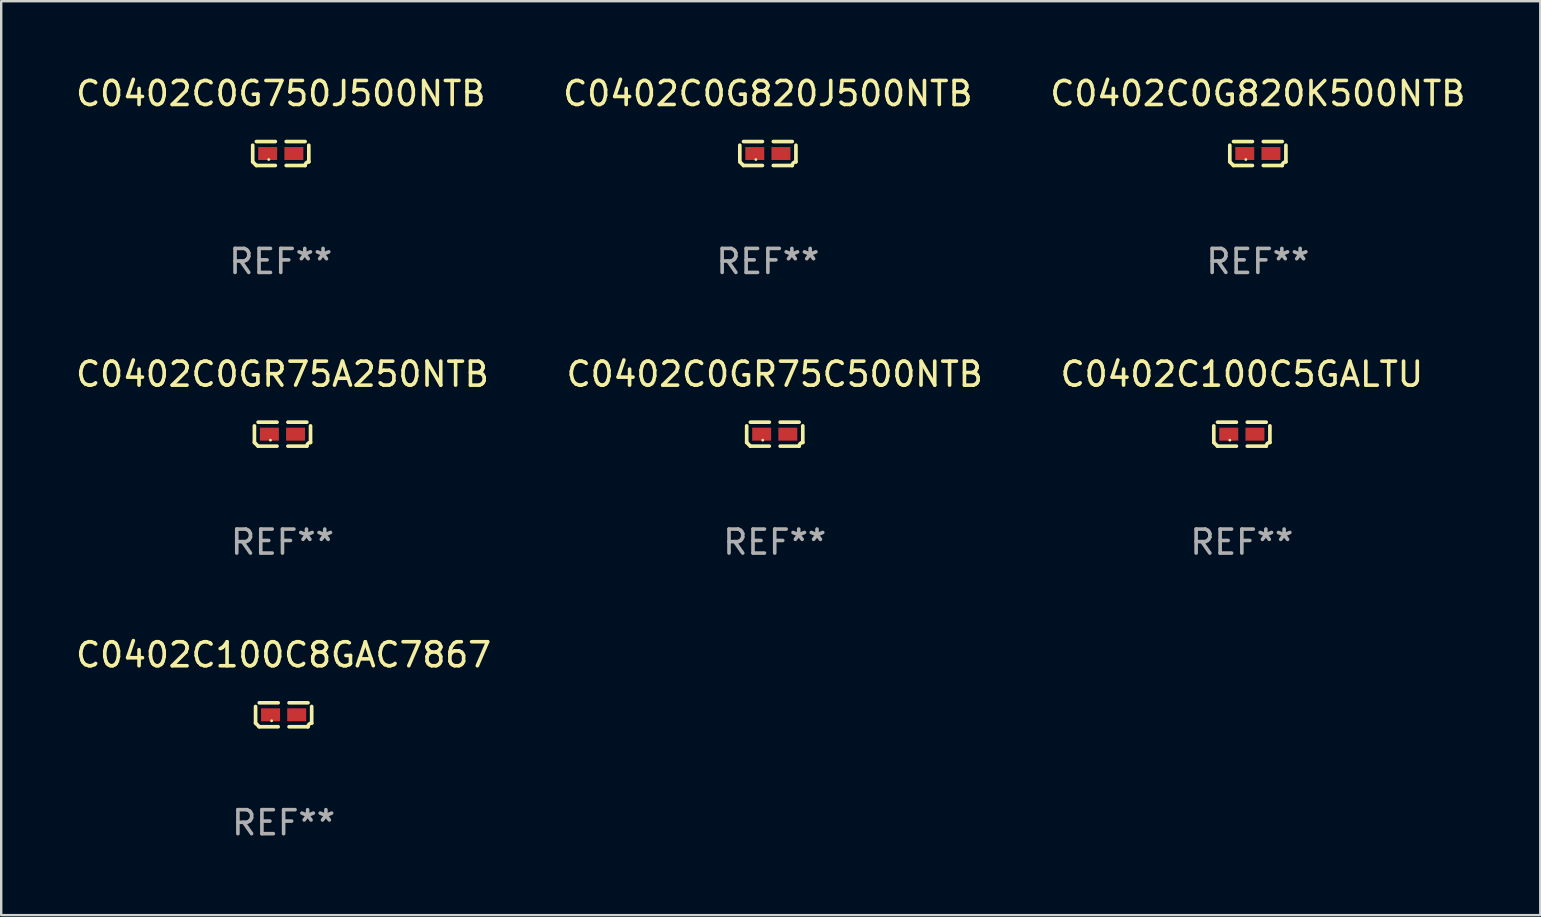
<source format=kicad_pcb>
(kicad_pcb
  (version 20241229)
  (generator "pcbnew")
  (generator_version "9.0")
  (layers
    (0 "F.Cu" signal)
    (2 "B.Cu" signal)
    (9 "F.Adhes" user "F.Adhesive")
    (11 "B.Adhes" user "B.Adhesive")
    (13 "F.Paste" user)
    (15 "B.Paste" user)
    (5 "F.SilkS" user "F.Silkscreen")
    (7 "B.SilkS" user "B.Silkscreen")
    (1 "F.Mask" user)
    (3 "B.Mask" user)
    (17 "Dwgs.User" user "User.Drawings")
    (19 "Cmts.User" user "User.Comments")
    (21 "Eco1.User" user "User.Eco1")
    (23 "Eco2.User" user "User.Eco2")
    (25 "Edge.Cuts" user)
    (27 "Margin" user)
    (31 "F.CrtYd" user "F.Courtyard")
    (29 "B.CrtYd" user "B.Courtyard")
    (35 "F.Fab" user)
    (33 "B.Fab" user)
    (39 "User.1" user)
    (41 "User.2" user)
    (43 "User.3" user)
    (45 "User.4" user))
  (footprint "C0402C0G750J500NTB"
    (layer "F.Cu")
    (at 8.649 3.347)
    (property "Reference" "C0402C0G750J500NTB" (at 0 -2.499 0) (layer "F.SilkS") (effects (font (size 1 1) (thickness 0.15))))
    (attr through_hole)
    (fp_line (start -1.169 0.346) (end -1.169 -0.346) (stroke (width 0.152) (type solid)) (layer "F.SilkS"))
    (fp_line (start -1.016 -0.499) (end -0.226 -0.499) (stroke (width 0.152) (type solid)) (layer "F.SilkS"))
    (fp_line (start -0.226 0.499) (end -1.016 0.499) (stroke (width 0.152) (type solid)) (layer "F.SilkS"))
    (fp_line (start 0.226 0.499) (end 1.016 0.499) (stroke (width 0.152) (type solid)) (layer "F.SilkS"))
    (fp_line (start 1.016 -0.499) (end 0.226 -0.499) (stroke (width 0.152) (type solid)) (layer "F.SilkS"))
    (fp_line (start 1.169 0.346) (end 1.169 -0.346) (stroke (width 0.152) (type solid)) (layer "F.SilkS"))
    (fp_arc (start -1.016307 0.498603) (mid -1.092512 0.422405) (end -1.16871 0.3462) (stroke (width 0.1524) (type solid)) (layer "F.SilkS"))
    (fp_arc (start 1.016307 0.498603) (mid 1.060899 0.390758) (end 1.168707 0.346076) (stroke (width 0.1524) (type solid)) (layer "F.SilkS"))
    (fp_circle (center -0.5 0.25) (end -0.47 0.25) (stroke (width 0.06) (type solid)) (fill no) (layer "F.SilkS"))
    (fp_text user "REF**" (at 0 4.499 0) (layer "F.Fab") (effects (font (size 1 1) (thickness 0.15))))
    (pad "1" smd rect (at -0.545 0) (size 0.79 0.54) (layers "F.Cu" "F.Mask" "F.Paste"))
    (pad "2" smd rect (at 0.545 0) (size 0.79 0.54) (layers "F.Cu" "F.Mask" "F.Paste")))
  (footprint "C0402C0G820K500NTB"
    (layer "F.Cu")
    (at 49.363 3.347)
    (property "Reference" "C0402C0G820K500NTB" (at 0 -2.499 0) (layer "F.SilkS") (effects (font (size 1 1) (thickness 0.15))))
    (attr through_hole)
    (fp_line (start -1.169 0.346) (end -1.169 -0.346) (stroke (width 0.152) (type solid)) (layer "F.SilkS"))
    (fp_line (start -1.016 -0.499) (end -0.226 -0.499) (stroke (width 0.152) (type solid)) (layer "F.SilkS"))
    (fp_line (start -0.226 0.499) (end -1.016 0.499) (stroke (width 0.152) (type solid)) (layer "F.SilkS"))
    (fp_line (start 0.226 0.499) (end 1.016 0.499) (stroke (width 0.152) (type solid)) (layer "F.SilkS"))
    (fp_line (start 1.016 -0.499) (end 0.226 -0.499) (stroke (width 0.152) (type solid)) (layer "F.SilkS"))
    (fp_line (start 1.169 0.346) (end 1.169 -0.346) (stroke (width 0.152) (type solid)) (layer "F.SilkS"))
    (fp_arc (start -1.016307 0.498603) (mid -1.092512 0.422405) (end -1.16871 0.3462) (stroke (width 0.1524) (type solid)) (layer "F.SilkS"))
    (fp_arc (start 1.016307 0.498603) (mid 1.060899 0.390758) (end 1.168707 0.346076) (stroke (width 0.1524) (type solid)) (layer "F.SilkS"))
    (fp_circle (center -0.5 0.25) (end -0.47 0.25) (stroke (width 0.06) (type solid)) (fill no) (layer "F.SilkS"))
    (fp_text user "REF**" (at 0 4.499 0) (layer "F.Fab") (effects (font (size 1 1) (thickness 0.15))))
    (pad "1" smd rect (at -0.545 0) (size 0.79 0.54) (layers "F.Cu" "F.Mask" "F.Paste"))
    (pad "2" smd rect (at 0.545 0) (size 0.79 0.54) (layers "F.Cu" "F.Mask" "F.Paste")))
  (footprint "C0402C0GR75A250NTB"
    (layer "F.Cu")
    (at 8.72 15.041)
    (property "Reference" "C0402C0GR75A250NTB" (at 0 -2.499 0) (layer "F.SilkS") (effects (font (size 1 1) (thickness 0.15))))
    (attr through_hole)
    (fp_line (start -1.169 0.346) (end -1.169 -0.346) (stroke (width 0.152) (type solid)) (layer "F.SilkS"))
    (fp_line (start -1.016 -0.499) (end -0.226 -0.499) (stroke (width 0.152) (type solid)) (layer "F.SilkS"))
    (fp_line (start -0.226 0.499) (end -1.016 0.499) (stroke (width 0.152) (type solid)) (layer "F.SilkS"))
    (fp_line (start 0.226 0.499) (end 1.016 0.499) (stroke (width 0.152) (type solid)) (layer "F.SilkS"))
    (fp_line (start 1.016 -0.499) (end 0.226 -0.499) (stroke (width 0.152) (type solid)) (layer "F.SilkS"))
    (fp_line (start 1.169 0.346) (end 1.169 -0.346) (stroke (width 0.152) (type solid)) (layer "F.SilkS"))
    (fp_arc (start -1.016307 0.498603) (mid -1.092512 0.422405) (end -1.16871 0.3462) (stroke (width 0.1524) (type solid)) (layer "F.SilkS"))
    (fp_arc (start 1.016307 0.498603) (mid 1.060899 0.390758) (end 1.168707 0.346076) (stroke (width 0.1524) (type solid)) (layer "F.SilkS"))
    (fp_circle (center -0.5 0.25) (end -0.47 0.25) (stroke (width 0.06) (type solid)) (fill no) (layer "F.SilkS"))
    (fp_text user "REF**" (at 0 4.499 0) (layer "F.Fab") (effects (font (size 1 1) (thickness 0.15))))
    (pad "1" smd rect (at -0.545 0) (size 0.79 0.54) (layers "F.Cu" "F.Mask" "F.Paste"))
    (pad "2" smd rect (at 0.545 0) (size 0.79 0.54) (layers "F.Cu" "F.Mask" "F.Paste")))
  (footprint "C0402C0GR75C500NTB"
    (layer "F.Cu")
    (at 29.232 15.041)
    (property "Reference" "C0402C0GR75C500NTB" (at 0 -2.499 0) (layer "F.SilkS") (effects (font (size 1 1) (thickness 0.15))))
    (attr through_hole)
    (fp_line (start -1.169 0.346) (end -1.169 -0.346) (stroke (width 0.152) (type solid)) (layer "F.SilkS"))
    (fp_line (start -1.016 -0.499) (end -0.226 -0.499) (stroke (width 0.152) (type solid)) (layer "F.SilkS"))
    (fp_line (start -0.226 0.499) (end -1.016 0.499) (stroke (width 0.152) (type solid)) (layer "F.SilkS"))
    (fp_line (start 0.226 0.499) (end 1.016 0.499) (stroke (width 0.152) (type solid)) (layer "F.SilkS"))
    (fp_line (start 1.016 -0.499) (end 0.226 -0.499) (stroke (width 0.152) (type solid)) (layer "F.SilkS"))
    (fp_line (start 1.169 0.346) (end 1.169 -0.346) (stroke (width 0.152) (type solid)) (layer "F.SilkS"))
    (fp_arc (start -1.016307 0.498603) (mid -1.092512 0.422405) (end -1.16871 0.3462) (stroke (width 0.1524) (type solid)) (layer "F.SilkS"))
    (fp_arc (start 1.016307 0.498603) (mid 1.060899 0.390758) (end 1.168707 0.346076) (stroke (width 0.1524) (type solid)) (layer "F.SilkS"))
    (fp_circle (center -0.5 0.25) (end -0.47 0.25) (stroke (width 0.06) (type solid)) (fill no) (layer "F.SilkS"))
    (fp_text user "REF**" (at 0 4.499 0) (layer "F.Fab") (effects (font (size 1 1) (thickness 0.15))))
    (pad "1" smd rect (at -0.545 0) (size 0.79 0.54) (layers "F.Cu" "F.Mask" "F.Paste"))
    (pad "2" smd rect (at 0.545 0) (size 0.79 0.54) (layers "F.Cu" "F.Mask" "F.Paste")))
  (footprint "C0402C100C8GAC7867"
    (layer "F.Cu")
    (at 8.768 26.734)
    (property "Reference" "C0402C100C8GAC7867" (at 0 -2.499 0) (layer "F.SilkS") (effects (font (size 1 1) (thickness 0.15))))
    (attr through_hole)
    (fp_line (start -1.169 0.346) (end -1.169 -0.346) (stroke (width 0.152) (type solid)) (layer "F.SilkS"))
    (fp_line (start -1.016 -0.499) (end -0.226 -0.499) (stroke (width 0.152) (type solid)) (layer "F.SilkS"))
    (fp_line (start -0.226 0.499) (end -1.016 0.499) (stroke (width 0.152) (type solid)) (layer "F.SilkS"))
    (fp_line (start 0.226 0.499) (end 1.016 0.499) (stroke (width 0.152) (type solid)) (layer "F.SilkS"))
    (fp_line (start 1.016 -0.499) (end 0.226 -0.499) (stroke (width 0.152) (type solid)) (layer "F.SilkS"))
    (fp_line (start 1.169 0.346) (end 1.169 -0.346) (stroke (width 0.152) (type solid)) (layer "F.SilkS"))
    (fp_arc (start -1.016307 0.498603) (mid -1.092512 0.422405) (end -1.16871 0.3462) (stroke (width 0.1524) (type solid)) (layer "F.SilkS"))
    (fp_arc (start 1.016307 0.498603) (mid 1.060899 0.390758) (end 1.168707 0.346076) (stroke (width 0.1524) (type solid)) (layer "F.SilkS"))
    (fp_circle (center -0.5 0.25) (end -0.47 0.25) (stroke (width 0.06) (type solid)) (fill no) (layer "F.SilkS"))
    (fp_text user "REF**" (at 0 4.499 0) (layer "F.Fab") (effects (font (size 1 1) (thickness 0.15))))
    (pad "1" smd rect (at -0.545 0) (size 0.79 0.54) (layers "F.Cu" "F.Mask" "F.Paste"))
    (pad "2" smd rect (at 0.545 0) (size 0.79 0.54) (layers "F.Cu" "F.Mask" "F.Paste")))
  (footprint "C0402C100C5GALTU"
    (layer "F.Cu")
    (at 48.696 15.041)
    (property "Reference" "C0402C100C5GALTU" (at 0 -2.499 0) (layer "F.SilkS") (effects (font (size 1 1) (thickness 0.15))))
    (attr through_hole)
    (fp_line (start -1.169 0.346) (end -1.169 -0.346) (stroke (width 0.152) (type solid)) (layer "F.SilkS"))
    (fp_line (start -1.016 -0.499) (end -0.226 -0.499) (stroke (width 0.152) (type solid)) (layer "F.SilkS"))
    (fp_line (start -0.226 0.499) (end -1.016 0.499) (stroke (width 0.152) (type solid)) (layer "F.SilkS"))
    (fp_line (start 0.226 0.499) (end 1.016 0.499) (stroke (width 0.152) (type solid)) (layer "F.SilkS"))
    (fp_line (start 1.016 -0.499) (end 0.226 -0.499) (stroke (width 0.152) (type solid)) (layer "F.SilkS"))
    (fp_line (start 1.169 0.346) (end 1.169 -0.346) (stroke (width 0.152) (type solid)) (layer "F.SilkS"))
    (fp_arc (start -1.016307 0.498603) (mid -1.092512 0.422405) (end -1.16871 0.3462) (stroke (width 0.1524) (type solid)) (layer "F.SilkS"))
    (fp_arc (start 1.016307 0.498603) (mid 1.060899 0.390758) (end 1.168707 0.346076) (stroke (width 0.1524) (type solid)) (layer "F.SilkS"))
    (fp_circle (center -0.5 0.25) (end -0.47 0.25) (stroke (width 0.06) (type solid)) (fill no) (layer "F.SilkS"))
    (fp_text user "REF**" (at 0 4.499 0) (layer "F.Fab") (effects (font (size 1 1) (thickness 0.15))))
    (pad "1" smd rect (at -0.545 0) (size 0.79 0.54) (layers "F.Cu" "F.Mask" "F.Paste"))
    (pad "2" smd rect (at 0.545 0) (size 0.79 0.54) (layers "F.Cu" "F.Mask" "F.Paste")))
  (footprint "C0402C0G820J500NTB"
    (layer "F.Cu")
    (at 28.946 3.347)
    (property "Reference" "C0402C0G820J500NTB" (at 0 -2.499 0) (layer "F.SilkS") (effects (font (size 1 1) (thickness 0.15))))
    (attr through_hole)
    (fp_line (start -1.169 0.346) (end -1.169 -0.346) (stroke (width 0.152) (type solid)) (layer "F.SilkS"))
    (fp_line (start -1.016 -0.499) (end -0.226 -0.499) (stroke (width 0.152) (type solid)) (layer "F.SilkS"))
    (fp_line (start -0.226 0.499) (end -1.016 0.499) (stroke (width 0.152) (type solid)) (layer "F.SilkS"))
    (fp_line (start 0.226 0.499) (end 1.016 0.499) (stroke (width 0.152) (type solid)) (layer "F.SilkS"))
    (fp_line (start 1.016 -0.499) (end 0.226 -0.499) (stroke (width 0.152) (type solid)) (layer "F.SilkS"))
    (fp_line (start 1.169 0.346) (end 1.169 -0.346) (stroke (width 0.152) (type solid)) (layer "F.SilkS"))
    (fp_arc (start -1.016307 0.498603) (mid -1.092512 0.422405) (end -1.16871 0.3462) (stroke (width 0.1524) (type solid)) (layer "F.SilkS"))
    (fp_arc (start 1.016307 0.498603) (mid 1.060899 0.390758) (end 1.168707 0.346076) (stroke (width 0.1524) (type solid)) (layer "F.SilkS"))
    (fp_circle (center -0.5 0.25) (end -0.47 0.25) (stroke (width 0.06) (type solid)) (fill no) (layer "F.SilkS"))
    (fp_text user "REF**" (at 0 4.499 0) (layer "F.Fab") (effects (font (size 1 1) (thickness 0.15))))
    (pad "1" smd rect (at -0.545 0) (size 0.79 0.54) (layers "F.Cu" "F.Mask" "F.Paste"))
    (pad "2" smd rect (at 0.545 0) (size 0.79 0.54) (layers "F.Cu" "F.Mask" "F.Paste")))
  (gr_rect
    (start -3 -3)
    (end 61.131 35.081)
    (stroke (width 0.1) (type default))
    (fill no)
    (layer "Edge.Cuts")))
</source>
